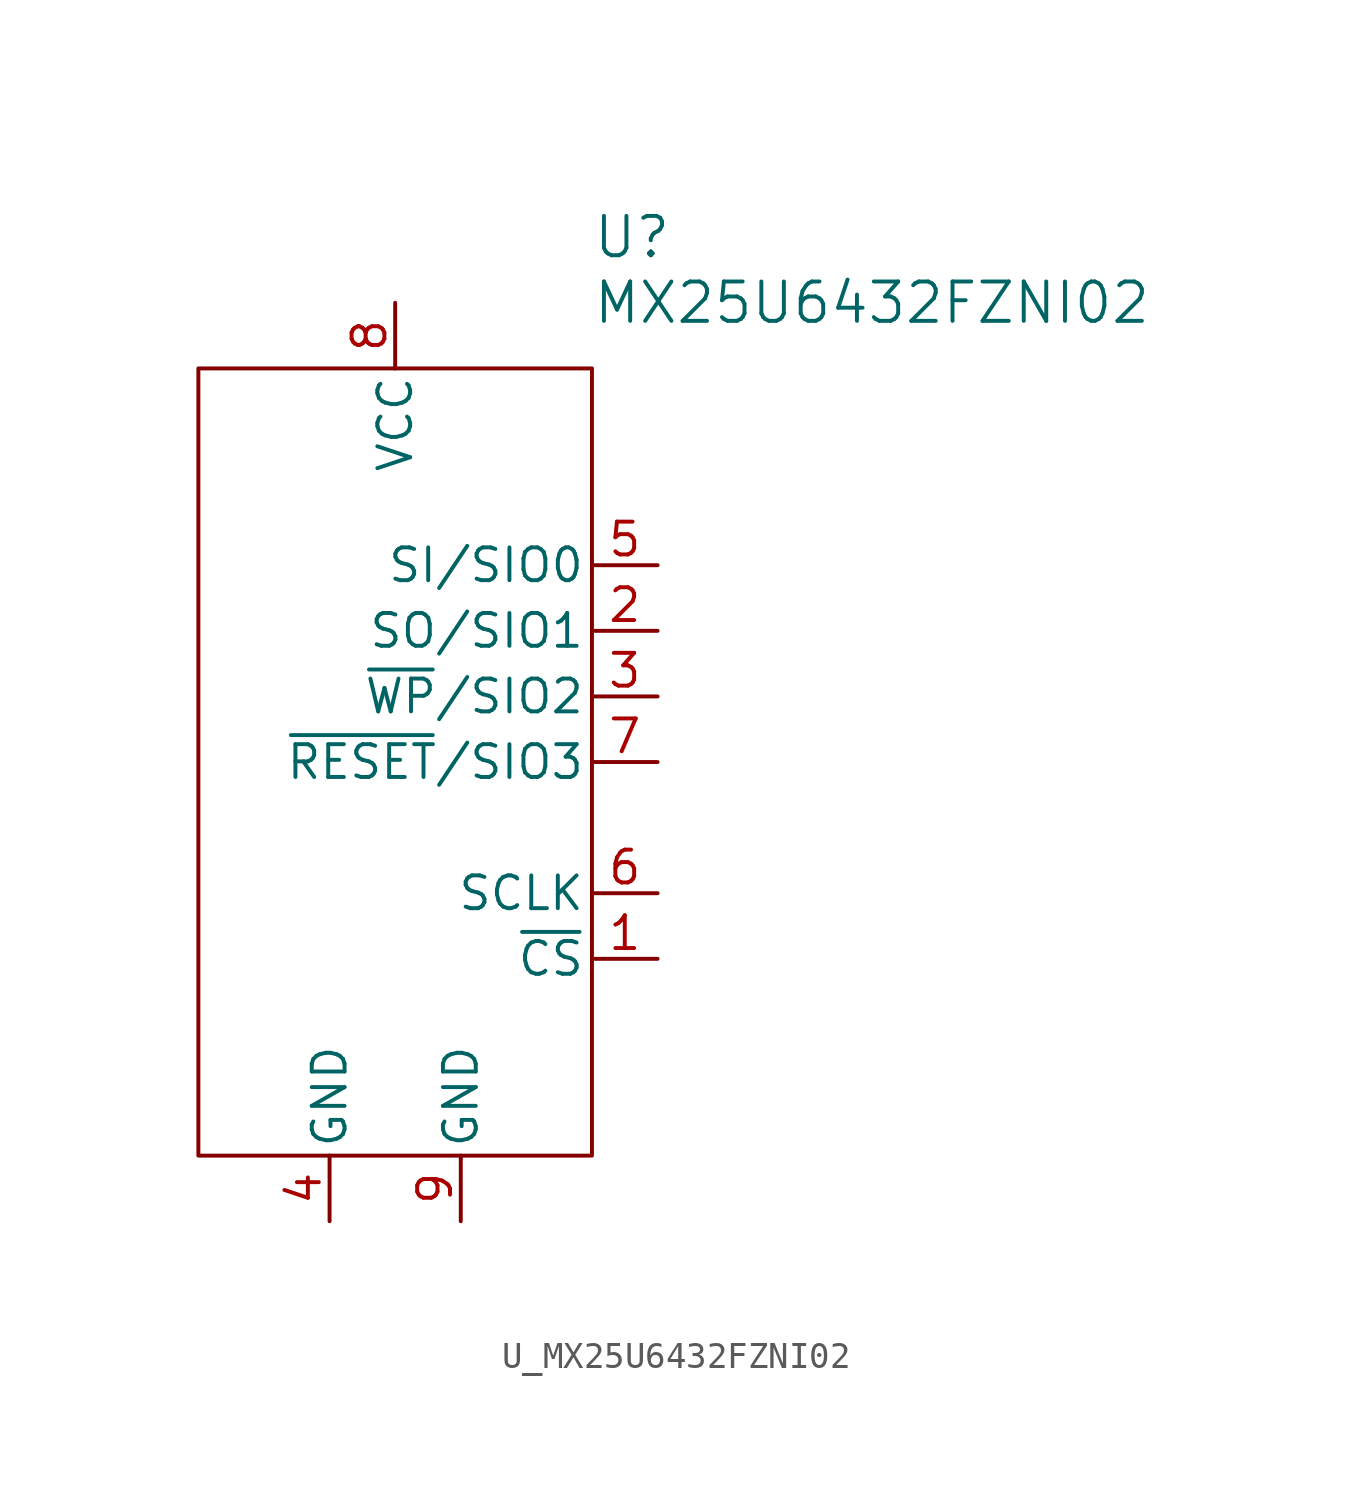
<source format=kicad_sym>
(kicad_symbol_lib
  (version 20241209)
  (generator "kicad_symbol_editor")
  (generator_version "9.0")
  (symbol "U_MX25U6432FZNI02"
    (pin_names
      (offset 0.254))
    (property "Reference" "U"
      (at 7.62 20.32 0)
      (effects (font (size 1.524 1.524)) (justify left)))
    (property "Value" "MX25U6432FZNI02"
      (at 7.62 17.78 0)
      (effects (font (size 1.524 1.524)) (justify left)))
    (symbol "U_MX25U6432FZNI02_0_1"
      (pin power_out line (at -2.54 -17.78 90) (length 2.54) (name "GND" (effects (font (size 1.27 1.27)))) (number "4" (effects (font (size 1.27 1.27)))))
      (pin power_in line (at 0 17.78 270) (length 2.54) (name "VCC" (effects (font (size 1.27 1.27)))) (number "8" (effects (font (size 1.27 1.27)))))
      (pin power_out line (at 2.54 -17.78 90) (length 2.54) (name "GND" (effects (font (size 1.27 1.27)))) (number "9" (effects (font (size 1.27 1.27)))))
      (pin bidirectional line (at 10.16 7.62 180) (length 2.54) (name "SI/SIO0" (effects (font (size 1.27 1.27)))) (number "5" (effects (font (size 1.27 1.27)))))
      (pin bidirectional line (at 10.16 5.08 180) (length 2.54) (name "SO/SIO1" (effects (font (size 1.27 1.27)))) (number "2" (effects (font (size 1.27 1.27)))))
      (pin input line (at 10.16 -5.08 180) (length 2.54) (name "SCLK" (effects (font (size 1.27 1.27)))) (number "6" (effects (font (size 1.27 1.27))))))
    (symbol "U_MX25U6432FZNI02_1_1"
      (rectangle (start -7.62 15.24) (end 7.62 -15.24) (stroke (width 0) (type default)) (fill (type none)))
      (pin bidirectional line (at 10.16 2.54 180) (length 2.54) (name "~{WP}/SIO2" (effects (font (size 1.27 1.27)))) (number "3" (effects (font (size 1.27 1.27)))))
      (pin bidirectional line (at 10.16 0 180) (length 2.54) (name "~{RESET}/SIO3" (effects (font (size 1.27 1.27)))) (number "7" (effects (font (size 1.27 1.27)))))
      (pin input line (at 10.16 -7.62 180) (length 2.54) (name "~{CS}" (effects (font (size 1.27 1.27)))) (number "1" (effects (font (size 1.27 1.27))))))))
</source>
